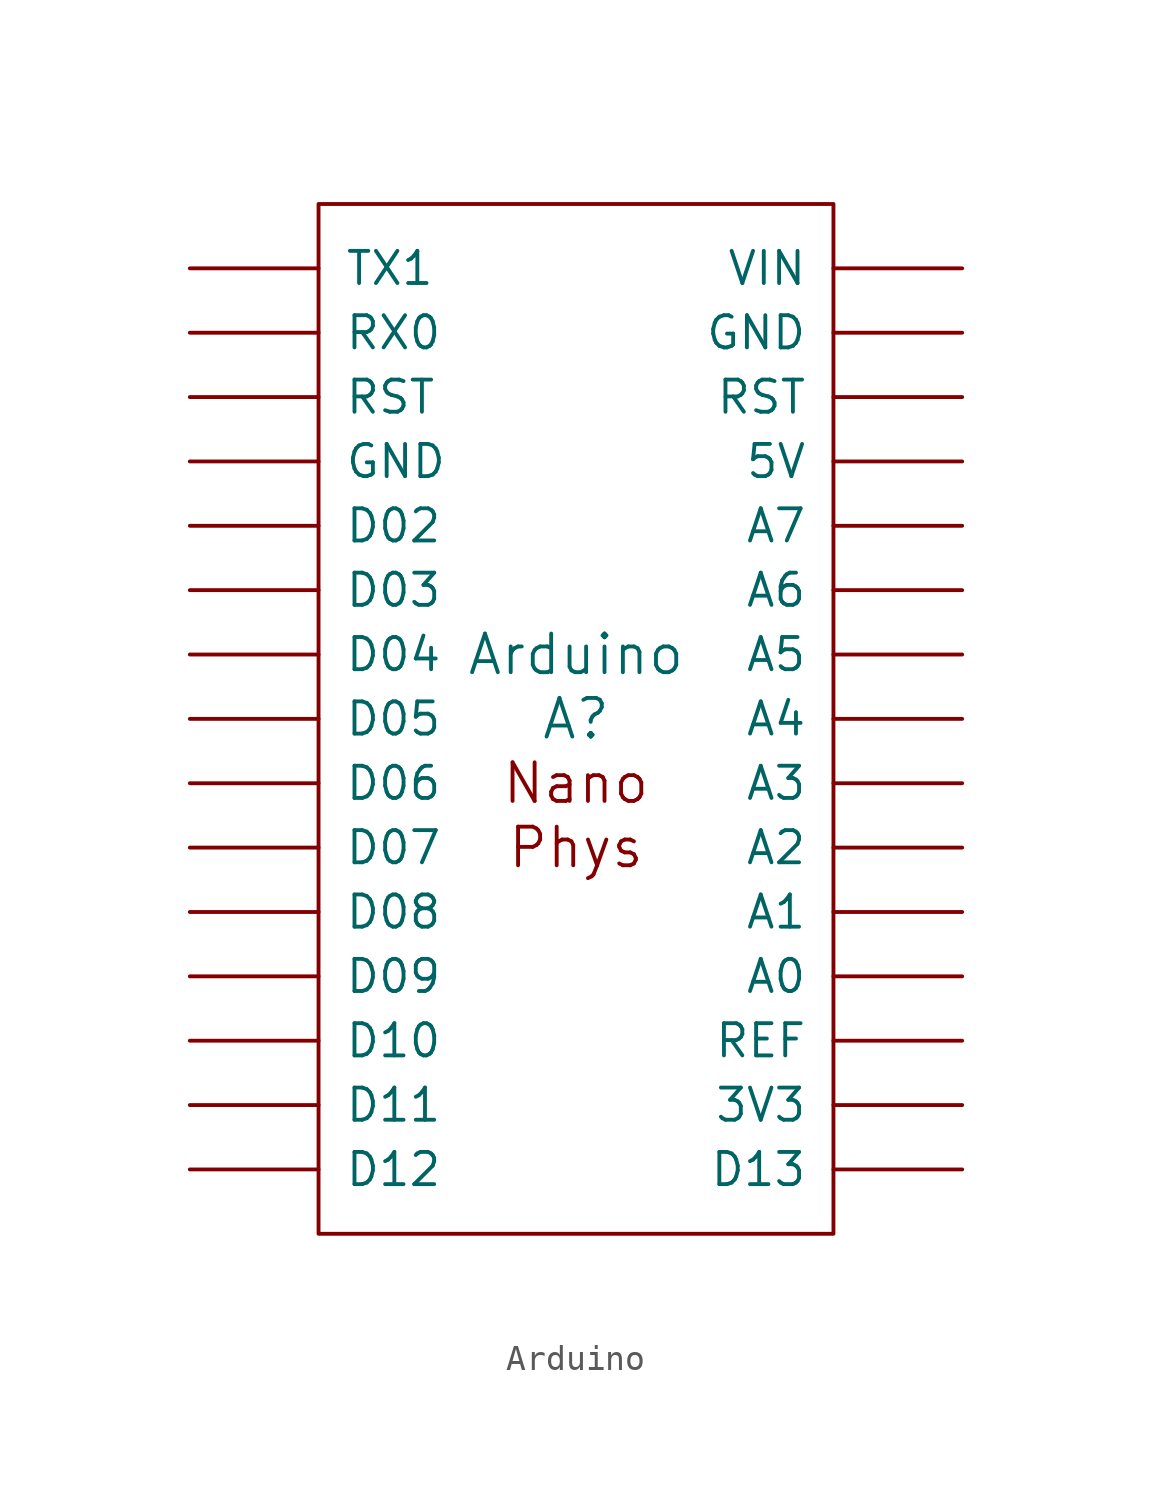
<source format=kicad_sym>
(kicad_symbol_lib
  (version 20231120)
  (generator "kicad_symbol_editor")
  (generator_version "8.0")
  (symbol "Arduino"
    (pin_names
      (offset 1.016))
    (property "Reference" "A"
      (at 0 0 0)
      (effects (font (size 1.524 1.524))))
    (property "Value" "Arduino"
      (at 0 2.54 0)
      (effects (font (size 1.524 1.524))))
    (property "Footprint" ""
      (at 0 0 0)
      (effects (font (size 1.524 1.524))))
    (property "Datasheet" ""
      (at 0 0 0)
      (effects (font (size 1.524 1.524))))
    (symbol "Arduino_0_0"
      (rectangle (start -10.16 20.32) (end 10.16 -20.32) (stroke (width 0) (type solid)) (fill (type none)))
      (text "Nano" (at 0 -2.54 0) (effects (font (size 1.524 1.524))))
      (text "Phys" (at 0 -5.08 0) (effects (font (size 1.524 1.524)))))
    (symbol "Arduino_1_1"
      (pin input line (at 15.24 -15.24 180) (length 5.08) (name "3V3" (effects (font (size 1.27 1.27)))) (number "~" (effects (font (size 1.27 1.27)))))
      (pin input line (at 15.24 10.16 180) (length 5.08) (name "5V" (effects (font (size 1.27 1.27)))) (number "~" (effects (font (size 1.27 1.27)))))
      (pin input line (at 15.24 -10.16 180) (length 5.08) (name "A0" (effects (font (size 1.27 1.27)))) (number "~" (effects (font (size 1.27 1.27)))))
      (pin input line (at 15.24 -7.62 180) (length 5.08) (name "A1" (effects (font (size 1.27 1.27)))) (number "~" (effects (font (size 1.27 1.27)))))
      (pin input line (at 15.24 -5.08 180) (length 5.08) (name "A2" (effects (font (size 1.27 1.27)))) (number "~" (effects (font (size 1.27 1.27)))))
      (pin input line (at 15.24 -2.54 180) (length 5.08) (name "A3" (effects (font (size 1.27 1.27)))) (number "~" (effects (font (size 1.27 1.27)))))
      (pin input line (at 15.24 0 180) (length 5.08) (name "A4" (effects (font (size 1.27 1.27)))) (number "~" (effects (font (size 1.27 1.27)))))
      (pin input line (at 15.24 2.54 180) (length 5.08) (name "A5" (effects (font (size 1.27 1.27)))) (number "~" (effects (font (size 1.27 1.27)))))
      (pin input line (at 15.24 5.08 180) (length 5.08) (name "A6" (effects (font (size 1.27 1.27)))) (number "~" (effects (font (size 1.27 1.27)))))
      (pin input line (at 15.24 7.62 180) (length 5.08) (name "A7" (effects (font (size 1.27 1.27)))) (number "~" (effects (font (size 1.27 1.27)))))
      (pin input line (at -15.24 7.62 0) (length 5.08) (name "D02" (effects (font (size 1.27 1.27)))) (number "~" (effects (font (size 1.27 1.27)))))
      (pin input line (at -15.24 5.08 0) (length 5.08) (name "D03" (effects (font (size 1.27 1.27)))) (number "~" (effects (font (size 1.27 1.27)))))
      (pin input line (at -15.24 2.54 0) (length 5.08) (name "D04" (effects (font (size 1.27 1.27)))) (number "~" (effects (font (size 1.27 1.27)))))
      (pin input line (at -15.24 0 0) (length 5.08) (name "D05" (effects (font (size 1.27 1.27)))) (number "~" (effects (font (size 1.27 1.27)))))
      (pin input line (at -15.24 -2.54 0) (length 5.08) (name "D06" (effects (font (size 1.27 1.27)))) (number "~" (effects (font (size 1.27 1.27)))))
      (pin input line (at -15.24 -5.08 0) (length 5.08) (name "D07" (effects (font (size 1.27 1.27)))) (number "~" (effects (font (size 1.27 1.27)))))
      (pin input line (at -15.24 -7.62 0) (length 5.08) (name "D08" (effects (font (size 1.27 1.27)))) (number "~" (effects (font (size 1.27 1.27)))))
      (pin input line (at -15.24 -10.16 0) (length 5.08) (name "D09" (effects (font (size 1.27 1.27)))) (number "~" (effects (font (size 1.27 1.27)))))
      (pin input line (at -15.24 -12.7 0) (length 5.08) (name "D10" (effects (font (size 1.27 1.27)))) (number "~" (effects (font (size 1.27 1.27)))))
      (pin input line (at -15.24 -15.24 0) (length 5.08) (name "D11" (effects (font (size 1.27 1.27)))) (number "~" (effects (font (size 1.27 1.27)))))
      (pin input line (at -15.24 -17.78 0) (length 5.08) (name "D12" (effects (font (size 1.27 1.27)))) (number "~" (effects (font (size 1.27 1.27)))))
      (pin input line (at 15.24 -17.78 180) (length 5.08) (name "D13" (effects (font (size 1.27 1.27)))) (number "~" (effects (font (size 1.27 1.27)))))
      (pin input line (at -15.24 10.16 0) (length 5.08) (name "GND" (effects (font (size 1.27 1.27)))) (number "~" (effects (font (size 1.27 1.27)))))
      (pin input line (at 15.24 15.24 180) (length 5.08) (name "GND" (effects (font (size 1.27 1.27)))) (number "~" (effects (font (size 1.27 1.27)))))
      (pin input line (at 15.24 -12.7 180) (length 5.08) (name "REF" (effects (font (size 1.27 1.27)))) (number "~" (effects (font (size 1.27 1.27)))))
      (pin input line (at -15.24 12.7 0) (length 5.08) (name "RST" (effects (font (size 1.27 1.27)))) (number "~" (effects (font (size 1.27 1.27)))))
      (pin input line (at 15.24 12.7 180) (length 5.08) (name "RST" (effects (font (size 1.27 1.27)))) (number "~" (effects (font (size 1.27 1.27)))))
      (pin input line (at -15.24 15.24 0) (length 5.08) (name "RX0" (effects (font (size 1.27 1.27)))) (number "~" (effects (font (size 1.27 1.27)))))
      (pin input line (at -15.24 17.78 0) (length 5.08) (name "TX1" (effects (font (size 1.27 1.27)))) (number "~" (effects (font (size 1.27 1.27)))))
      (pin input line (at 15.24 17.78 180) (length 5.08) (name "VIN" (effects (font (size 1.27 1.27)))) (number "~" (effects (font (size 1.27 1.27))))))))
</source>
